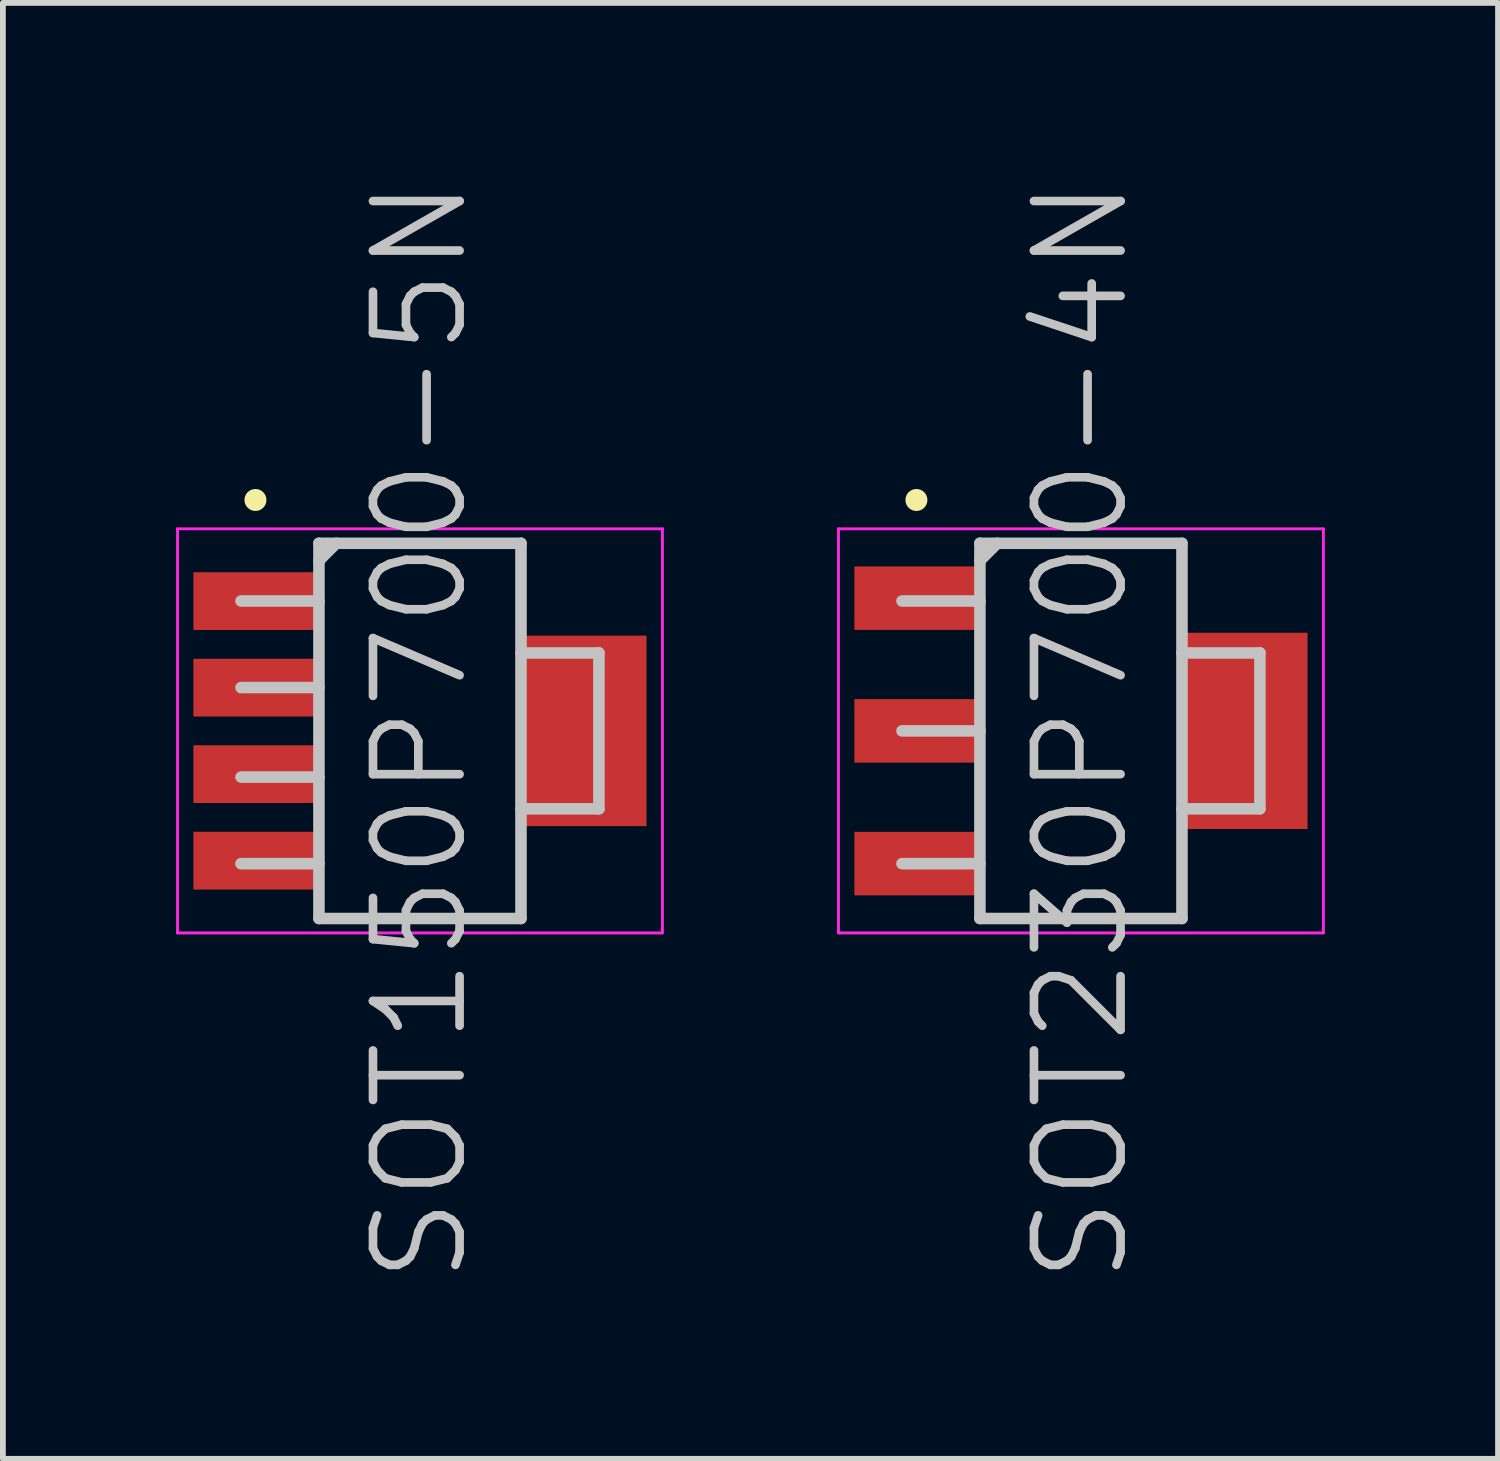
<source format=kicad_pcb>
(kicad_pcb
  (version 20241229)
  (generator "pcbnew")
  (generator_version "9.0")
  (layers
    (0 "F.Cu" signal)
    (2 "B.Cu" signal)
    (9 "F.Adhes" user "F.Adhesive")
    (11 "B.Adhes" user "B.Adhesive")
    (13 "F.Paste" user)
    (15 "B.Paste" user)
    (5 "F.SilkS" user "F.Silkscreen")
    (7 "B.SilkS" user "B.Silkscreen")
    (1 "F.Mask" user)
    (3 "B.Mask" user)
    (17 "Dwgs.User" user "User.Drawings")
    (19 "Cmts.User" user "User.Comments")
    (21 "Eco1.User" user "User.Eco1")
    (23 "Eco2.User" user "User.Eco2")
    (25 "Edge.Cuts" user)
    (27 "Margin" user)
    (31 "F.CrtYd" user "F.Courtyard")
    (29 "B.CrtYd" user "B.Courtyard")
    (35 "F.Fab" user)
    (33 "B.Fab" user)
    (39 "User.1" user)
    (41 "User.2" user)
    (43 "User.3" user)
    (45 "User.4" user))
  (footprint "SOT230P700-4N"
    (layer "F.Cu")
    (at 15.675 9.611)
    (property "Reference" "SOT230P700-4N" (at 0 0 90) (layer "Dwgs.User") (effects (font (size 1.5 1.5) (thickness 0.15))))
    (attr smd)
    (fp_line (start -2.85 -4) (end -2.85 -4) (stroke (width 0.381) (type solid)) (layer "F.SilkS"))
    (fp_line (start -1.75 -3.25) (end -1.75 3.25) (stroke (width 0.2) (type solid)) (layer "Dwgs.User"))
    (fp_line (start -1.75 -3.25) (end 1.75 -3.25) (stroke (width 0.2) (type solid)) (layer "Dwgs.User"))
    (fp_line (start -1.75 -2.95) (end -1.45 -3.25) (stroke (width 0.2) (type solid)) (layer "Dwgs.User"))
    (fp_line (start -1.75 -2.25) (end -3.1 -2.25) (stroke (width 0.2) (type solid)) (layer "Dwgs.User"))
    (fp_line (start -1.75 0) (end -3.1 0) (stroke (width 0.2) (type solid)) (layer "Dwgs.User"))
    (fp_line (start -1.75 2.3) (end -3.1 2.3) (stroke (width 0.2) (type solid)) (layer "Dwgs.User"))
    (fp_line (start -1.75 3.25) (end 1.75 3.25) (stroke (width 0.2) (type solid)) (layer "Dwgs.User"))
    (fp_line (start 1.75 -3.25) (end 1.75 3.25) (stroke (width 0.2) (type solid)) (layer "Dwgs.User"))
    (fp_line (start 3.1 -1.35) (end 1.75 -1.35) (stroke (width 0.2) (type solid)) (layer "Dwgs.User"))
    (fp_line (start 3.1 -1.35) (end 3.1 1.35) (stroke (width 0.2) (type solid)) (layer "Dwgs.User"))
    (fp_line (start 3.1 1.35) (end 1.75 1.35) (stroke (width 0.2) (type solid)) (layer "Dwgs.User"))
    (fp_line (start -4.2 -3.5) (end -4.2 3.5) (stroke (width 0.05) (type solid)) (layer "F.CrtYd"))
    (fp_line (start -4.2 -3.5) (end 4.2 -3.5) (stroke (width 0.05) (type solid)) (layer "F.CrtYd"))
    (fp_line (start -4.2 3.5) (end 4.2 3.5) (stroke (width 0.05) (type solid)) (layer "F.CrtYd"))
    (fp_line (start 4.2 -3.5) (end 4.2 3.5) (stroke (width 0.05) (type solid)) (layer "F.CrtYd"))
    (pad "1" smd rect (at -2.85 -2.299 90) (size 1.1 2.15) (layers "F.Cu" "F.Mask" "F.Paste"))
    (pad "2" smd rect (at -2.85 0 90) (size 1.1 2.15) (layers "F.Cu" "F.Mask" "F.Paste"))
    (pad "2" smd rect (at 2.85 0 90) (size 3.4 2.15) (layers "F.Cu" "F.Mask" "F.Paste"))
    (pad "3" smd rect (at -2.85 2.299 90) (size 1.1 2.15) (layers "F.Cu" "F.Mask" "F.Paste")))
  (footprint "SOT150P700-5N"
    (layer "F.Cu")
    (at 4.225 9.611)
    (property "Reference" "SOT150P700-5N" (at 0 0 90) (layer "Dwgs.User") (effects (font (size 1.5 1.5) (thickness 0.15))))
    (attr smd)
    (fp_line (start -2.85 -4) (end -2.85 -4) (stroke (width 0.381) (type solid)) (layer "F.SilkS"))
    (fp_line (start -1.75 -3.25) (end -1.75 3.25) (stroke (width 0.2) (type solid)) (layer "Dwgs.User"))
    (fp_line (start -1.75 -3.25) (end 1.75 -3.25) (stroke (width 0.2) (type solid)) (layer "Dwgs.User"))
    (fp_line (start -1.75 -2.95) (end -1.45 -3.25) (stroke (width 0.2) (type solid)) (layer "Dwgs.User"))
    (fp_line (start -1.75 -2.25) (end -3.1 -2.25) (stroke (width 0.2) (type solid)) (layer "Dwgs.User"))
    (fp_line (start -1.75 -0.75) (end -3.1 -0.75) (stroke (width 0.2) (type solid)) (layer "Dwgs.User"))
    (fp_line (start -1.75 0.8) (end -3.1 0.8) (stroke (width 0.2) (type solid)) (layer "Dwgs.User"))
    (fp_line (start -1.75 2.3) (end -3.1 2.3) (stroke (width 0.2) (type solid)) (layer "Dwgs.User"))
    (fp_line (start -1.75 3.25) (end 1.75 3.25) (stroke (width 0.2) (type solid)) (layer "Dwgs.User"))
    (fp_line (start 1.75 -3.25) (end 1.75 3.25) (stroke (width 0.2) (type solid)) (layer "Dwgs.User"))
    (fp_line (start 3.1 -1.35) (end 1.75 -1.35) (stroke (width 0.2) (type solid)) (layer "Dwgs.User"))
    (fp_line (start 3.1 -1.35) (end 3.1 1.35) (stroke (width 0.2) (type solid)) (layer "Dwgs.User"))
    (fp_line (start 3.1 1.35) (end 1.75 1.35) (stroke (width 0.2) (type solid)) (layer "Dwgs.User"))
    (fp_line (start -4.2 -3.5) (end -4.2 3.5) (stroke (width 0.05) (type solid)) (layer "F.CrtYd"))
    (fp_line (start -4.2 -3.5) (end 4.2 -3.5) (stroke (width 0.05) (type solid)) (layer "F.CrtYd"))
    (fp_line (start -4.2 3.5) (end 4.2 3.5) (stroke (width 0.05) (type solid)) (layer "F.CrtYd"))
    (fp_line (start 4.2 -3.5) (end 4.2 3.5) (stroke (width 0.05) (type solid)) (layer "F.CrtYd"))
    (pad "1" smd rect (at -2.85 -2.248 90) (size 1 2.15) (layers "F.Cu" "F.Mask" "F.Paste"))
    (pad "2" smd rect (at -2.85 -0.749 90) (size 1 2.15) (layers "F.Cu" "F.Mask" "F.Paste"))
    (pad "3" smd rect (at -2.85 0.749 90) (size 1 2.15) (layers "F.Cu" "F.Mask" "F.Paste"))
    (pad "4" smd rect (at -2.85 2.248 90) (size 1 2.15) (layers "F.Cu" "F.Mask" "F.Paste"))
    (pad "5" smd rect (at 2.85 0 90) (size 3.3 2.15) (layers "F.Cu" "F.Mask" "F.Paste")))
  (gr_rect
    (start -3 -3)
    (end 22.9 22.221)
    (stroke (width 0.1) (type default))
    (fill no)
    (layer "Edge.Cuts")))
</source>
